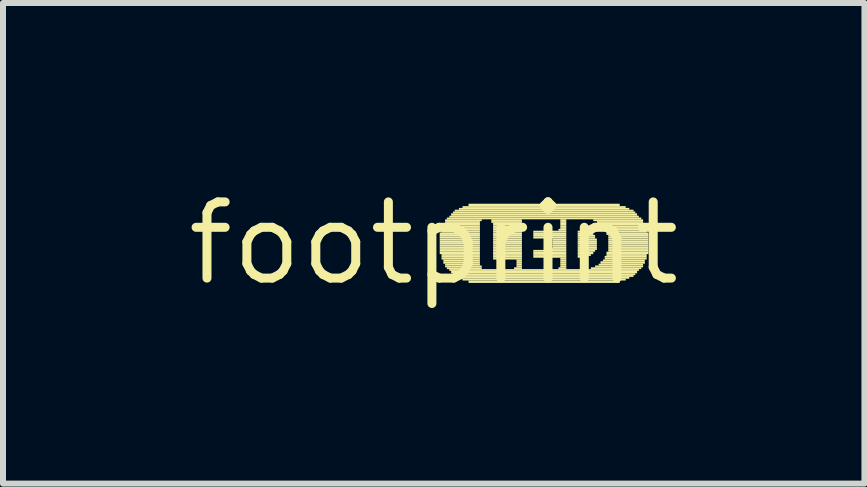
<source format=kicad_pcb>
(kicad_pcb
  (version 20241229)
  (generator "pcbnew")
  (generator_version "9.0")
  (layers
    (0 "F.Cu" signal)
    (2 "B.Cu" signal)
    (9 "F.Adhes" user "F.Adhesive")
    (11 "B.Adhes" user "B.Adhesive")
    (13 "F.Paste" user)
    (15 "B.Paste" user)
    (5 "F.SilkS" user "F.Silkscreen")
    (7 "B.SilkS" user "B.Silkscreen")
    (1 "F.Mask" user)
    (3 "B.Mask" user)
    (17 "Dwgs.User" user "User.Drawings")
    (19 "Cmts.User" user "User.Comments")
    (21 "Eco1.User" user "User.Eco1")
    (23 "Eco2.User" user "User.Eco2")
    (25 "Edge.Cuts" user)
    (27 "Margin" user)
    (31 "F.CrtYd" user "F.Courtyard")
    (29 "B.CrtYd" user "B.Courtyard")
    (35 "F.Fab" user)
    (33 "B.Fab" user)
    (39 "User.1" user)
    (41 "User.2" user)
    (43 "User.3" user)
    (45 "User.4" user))
  (footprint "footprint"
    (layer "F.Cu")
    (at 4.18 1.006)
    (property "Reference" "footprint" (at 0 0 0) (layer "F.SilkS") (effects (font (size 1.27 1.27) (thickness 0.15))))
    (fp_poly (pts (xy 0.1 -0.14) (xy 0.77 -0.14) (xy 0.77 -0.18) (xy 0.1 -0.18)) (stroke (width 0) (type solid)) (fill yes) (layer "F.SilkS"))
    (fp_poly (pts (xy 0.1 -0.11) (xy 0.77 -0.11) (xy 0.77 -0.14) (xy 0.1 -0.14)) (stroke (width 0) (type solid)) (fill yes) (layer "F.SilkS"))
    (fp_poly (pts (xy 0.1 -0.08) (xy 0.77 -0.08) (xy 0.77 -0.11) (xy 0.1 -0.11)) (stroke (width 0) (type solid)) (fill yes) (layer "F.SilkS"))
    (fp_poly (pts (xy 0.1 -0.05) (xy 0.77 -0.05) (xy 0.77 -0.08) (xy 0.1 -0.08)) (stroke (width 0) (type solid)) (fill yes) (layer "F.SilkS"))
    (fp_poly (pts (xy 0.1 -0.02) (xy 0.77 -0.02) (xy 0.77 -0.05) (xy 0.1 -0.05)) (stroke (width 0) (type solid)) (fill yes) (layer "F.SilkS"))
    (fp_poly (pts (xy 0.1 0.02) (xy 0.77 0.02) (xy 0.77 -0.02) (xy 0.1 -0.02)) (stroke (width 0) (type solid)) (fill yes) (layer "F.SilkS"))
    (fp_poly (pts (xy 0.1 0.05) (xy 0.77 0.05) (xy 0.77 0.02) (xy 0.1 0.02)) (stroke (width 0) (type solid)) (fill yes) (layer "F.SilkS"))
    (fp_poly (pts (xy 0.1 0.08) (xy 0.77 0.08) (xy 0.77 0.05) (xy 0.1 0.05)) (stroke (width 0) (type solid)) (fill yes) (layer "F.SilkS"))
    (fp_poly (pts (xy 0.1 0.11) (xy 0.77 0.11) (xy 0.77 0.08) (xy 0.1 0.08)) (stroke (width 0) (type solid)) (fill yes) (layer "F.SilkS"))
    (fp_poly (pts (xy 0.1 0.14) (xy 0.77 0.14) (xy 0.77 0.11) (xy 0.1 0.11)) (stroke (width 0) (type solid)) (fill yes) (layer "F.SilkS"))
    (fp_poly (pts (xy 0.1 0.18) (xy 0.77 0.18) (xy 0.77 0.14) (xy 0.1 0.14)) (stroke (width 0) (type solid)) (fill yes) (layer "F.SilkS"))
    (fp_poly (pts (xy 0.13 -0.24) (xy 0.77 -0.24) (xy 0.77 -0.27) (xy 0.13 -0.27)) (stroke (width 0) (type solid)) (fill yes) (layer "F.SilkS"))
    (fp_poly (pts (xy 0.13 -0.21) (xy 0.77 -0.21) (xy 0.77 -0.24) (xy 0.13 -0.24)) (stroke (width 0) (type solid)) (fill yes) (layer "F.SilkS"))
    (fp_poly (pts (xy 0.13 -0.18) (xy 0.77 -0.18) (xy 0.77 -0.21) (xy 0.13 -0.21)) (stroke (width 0) (type solid)) (fill yes) (layer "F.SilkS"))
    (fp_poly (pts (xy 0.13 0.21) (xy 0.77 0.21) (xy 0.77 0.18) (xy 0.13 0.18)) (stroke (width 0) (type solid)) (fill yes) (layer "F.SilkS"))
    (fp_poly (pts (xy 0.13 0.24) (xy 0.77 0.24) (xy 0.77 0.21) (xy 0.13 0.21)) (stroke (width 0) (type solid)) (fill yes) (layer "F.SilkS"))
    (fp_poly (pts (xy 0.13 0.27) (xy 0.77 0.27) (xy 0.77 0.24) (xy 0.13 0.24)) (stroke (width 0) (type solid)) (fill yes) (layer "F.SilkS"))
    (fp_poly (pts (xy 0.16 -0.3) (xy 0.77 -0.3) (xy 0.77 -0.34) (xy 0.16 -0.34)) (stroke (width 0) (type solid)) (fill yes) (layer "F.SilkS"))
    (fp_poly (pts (xy 0.16 -0.27) (xy 0.77 -0.27) (xy 0.77 -0.3) (xy 0.16 -0.3)) (stroke (width 0) (type solid)) (fill yes) (layer "F.SilkS"))
    (fp_poly (pts (xy 0.16 0.3) (xy 0.77 0.3) (xy 0.77 0.27) (xy 0.16 0.27)) (stroke (width 0) (type solid)) (fill yes) (layer "F.SilkS"))
    (fp_poly (pts (xy 0.16 0.34) (xy 0.77 0.34) (xy 0.77 0.3) (xy 0.16 0.3)) (stroke (width 0) (type solid)) (fill yes) (layer "F.SilkS"))
    (fp_poly (pts (xy 0.19 -0.37) (xy 0.8 -0.37) (xy 0.8 -0.4) (xy 0.19 -0.4)) (stroke (width 0) (type solid)) (fill yes) (layer "F.SilkS"))
    (fp_poly (pts (xy 0.19 -0.34) (xy 0.77 -0.34) (xy 0.77 -0.37) (xy 0.19 -0.37)) (stroke (width 0) (type solid)) (fill yes) (layer "F.SilkS"))
    (fp_poly (pts (xy 0.19 0.37) (xy 0.77 0.37) (xy 0.77 0.34) (xy 0.19 0.34)) (stroke (width 0) (type solid)) (fill yes) (layer "F.SilkS"))
    (fp_poly (pts (xy 0.19 0.4) (xy 0.8 0.4) (xy 0.8 0.37) (xy 0.19 0.37)) (stroke (width 0) (type solid)) (fill yes) (layer "F.SilkS"))
    (fp_poly (pts (xy 0.22 -0.4) (xy 3.46 -0.4) (xy 3.46 -0.43) (xy 0.22 -0.43)) (stroke (width 0) (type solid)) (fill yes) (layer "F.SilkS"))
    (fp_poly (pts (xy 0.22 0.43) (xy 0.8 0.43) (xy 0.8 0.4) (xy 0.22 0.4)) (stroke (width 0) (type solid)) (fill yes) (layer "F.SilkS"))
    (fp_poly (pts (xy 0.26 -0.43) (xy 3.42 -0.43) (xy 3.42 -0.46) (xy 0.26 -0.46)) (stroke (width 0) (type solid)) (fill yes) (layer "F.SilkS"))
    (fp_poly (pts (xy 0.26 0.46) (xy 3.42 0.46) (xy 3.42 0.43) (xy 0.26 0.43)) (stroke (width 0) (type solid)) (fill yes) (layer "F.SilkS"))
    (fp_poly (pts (xy 0.29 -0.46) (xy 3.39 -0.46) (xy 3.39 -0.5) (xy 0.29 -0.5)) (stroke (width 0) (type solid)) (fill yes) (layer "F.SilkS"))
    (fp_poly (pts (xy 0.29 0.5) (xy 3.39 0.5) (xy 3.39 0.46) (xy 0.29 0.46)) (stroke (width 0) (type solid)) (fill yes) (layer "F.SilkS"))
    (fp_poly (pts (xy 0.32 -0.5) (xy 3.36 -0.5) (xy 3.36 -0.53) (xy 0.32 -0.53)) (stroke (width 0) (type solid)) (fill yes) (layer "F.SilkS"))
    (fp_poly (pts (xy 0.32 0.53) (xy 3.36 0.53) (xy 3.36 0.5) (xy 0.32 0.5)) (stroke (width 0) (type solid)) (fill yes) (layer "F.SilkS"))
    (fp_poly (pts (xy 0.35 -0.53) (xy 3.33 -0.53) (xy 3.33 -0.56) (xy 0.35 -0.56)) (stroke (width 0) (type solid)) (fill yes) (layer "F.SilkS"))
    (fp_poly (pts (xy 0.35 0.56) (xy 3.33 0.56) (xy 3.33 0.53) (xy 0.35 0.53)) (stroke (width 0) (type solid)) (fill yes) (layer "F.SilkS"))
    (fp_poly (pts (xy 0.42 -0.56) (xy 3.26 -0.56) (xy 3.26 -0.59) (xy 0.42 -0.59)) (stroke (width 0) (type solid)) (fill yes) (layer "F.SilkS"))
    (fp_poly (pts (xy 0.42 0.59) (xy 3.26 0.59) (xy 3.26 0.56) (xy 0.42 0.56)) (stroke (width 0) (type solid)) (fill yes) (layer "F.SilkS"))
    (fp_poly (pts (xy 0.48 -0.59) (xy 3.2 -0.59) (xy 3.2 -0.62) (xy 0.48 -0.62)) (stroke (width 0) (type solid)) (fill yes) (layer "F.SilkS"))
    (fp_poly (pts (xy 0.48 0.62) (xy 3.2 0.62) (xy 3.2 0.59) (xy 0.48 0.59)) (stroke (width 0) (type solid)) (fill yes) (layer "F.SilkS"))
    (fp_poly (pts (xy 0.58 -0.62) (xy 3.1 -0.62) (xy 3.1 -0.66) (xy 0.58 -0.66)) (stroke (width 0) (type solid)) (fill yes) (layer "F.SilkS"))
    (fp_poly (pts (xy 0.58 0.66) (xy 3.1 0.66) (xy 3.1 0.62) (xy 0.58 0.62)) (stroke (width 0) (type solid)) (fill yes) (layer "F.SilkS"))
    (fp_poly (pts (xy 0.96 -0.37) (xy 1.47 -0.37) (xy 1.47 -0.4) (xy 0.96 -0.4)) (stroke (width 0) (type solid)) (fill yes) (layer "F.SilkS"))
    (fp_poly (pts (xy 0.96 -0.34) (xy 1.47 -0.34) (xy 1.47 -0.37) (xy 0.96 -0.37)) (stroke (width 0) (type solid)) (fill yes) (layer "F.SilkS"))
    (fp_poly (pts (xy 0.99 -0.3) (xy 1.47 -0.3) (xy 1.47 -0.34) (xy 0.99 -0.34)) (stroke (width 0) (type solid)) (fill yes) (layer "F.SilkS"))
    (fp_poly (pts (xy 0.99 -0.27) (xy 1.47 -0.27) (xy 1.47 -0.3) (xy 0.99 -0.3)) (stroke (width 0) (type solid)) (fill yes) (layer "F.SilkS"))
    (fp_poly (pts (xy 0.99 -0.24) (xy 1.47 -0.24) (xy 1.47 -0.27) (xy 0.99 -0.27)) (stroke (width 0) (type solid)) (fill yes) (layer "F.SilkS"))
    (fp_poly (pts (xy 0.99 -0.21) (xy 1.47 -0.21) (xy 1.47 -0.24) (xy 0.99 -0.24)) (stroke (width 0) (type solid)) (fill yes) (layer "F.SilkS"))
    (fp_poly (pts (xy 0.99 -0.18) (xy 1.47 -0.18) (xy 1.47 -0.21) (xy 0.99 -0.21)) (stroke (width 0) (type solid)) (fill yes) (layer "F.SilkS"))
    (fp_poly (pts (xy 0.99 -0.14) (xy 1.47 -0.14) (xy 1.47 -0.18) (xy 0.99 -0.18)) (stroke (width 0) (type solid)) (fill yes) (layer "F.SilkS"))
    (fp_poly (pts (xy 0.99 -0.11) (xy 1.47 -0.11) (xy 1.47 -0.14) (xy 0.99 -0.14)) (stroke (width 0) (type solid)) (fill yes) (layer "F.SilkS"))
    (fp_poly (pts (xy 0.99 -0.08) (xy 1.47 -0.08) (xy 1.47 -0.11) (xy 0.99 -0.11)) (stroke (width 0) (type solid)) (fill yes) (layer "F.SilkS"))
    (fp_poly (pts (xy 0.99 -0.05) (xy 1.47 -0.05) (xy 1.47 -0.08) (xy 0.99 -0.08)) (stroke (width 0) (type solid)) (fill yes) (layer "F.SilkS"))
    (fp_poly (pts (xy 0.99 -0.02) (xy 1.47 -0.02) (xy 1.47 -0.05) (xy 0.99 -0.05)) (stroke (width 0) (type solid)) (fill yes) (layer "F.SilkS"))
    (fp_poly (pts (xy 0.99 0.02) (xy 1.47 0.02) (xy 1.47 -0.02) (xy 0.99 -0.02)) (stroke (width 0) (type solid)) (fill yes) (layer "F.SilkS"))
    (fp_poly (pts (xy 0.99 0.05) (xy 1.47 0.05) (xy 1.47 0.02) (xy 0.99 0.02)) (stroke (width 0) (type solid)) (fill yes) (layer "F.SilkS"))
    (fp_poly (pts (xy 0.99 0.08) (xy 1.47 0.08) (xy 1.47 0.05) (xy 0.99 0.05)) (stroke (width 0) (type solid)) (fill yes) (layer "F.SilkS"))
    (fp_poly (pts (xy 0.99 0.11) (xy 1.47 0.11) (xy 1.47 0.08) (xy 0.99 0.08)) (stroke (width 0) (type solid)) (fill yes) (layer "F.SilkS"))
    (fp_poly (pts (xy 0.99 0.14) (xy 1.47 0.14) (xy 1.47 0.11) (xy 0.99 0.11)) (stroke (width 0) (type solid)) (fill yes) (layer "F.SilkS"))
    (fp_poly (pts (xy 0.99 0.18) (xy 1.47 0.18) (xy 1.47 0.14) (xy 0.99 0.14)) (stroke (width 0) (type solid)) (fill yes) (layer "F.SilkS"))
    (fp_poly (pts (xy 0.99 0.21) (xy 1.47 0.21) (xy 1.47 0.18) (xy 0.99 0.18)) (stroke (width 0) (type solid)) (fill yes) (layer "F.SilkS"))
    (fp_poly (pts (xy 0.99 0.24) (xy 1.47 0.24) (xy 1.47 0.21) (xy 0.99 0.21)) (stroke (width 0) (type solid)) (fill yes) (layer "F.SilkS"))
    (fp_poly (pts (xy 0.99 0.27) (xy 1.47 0.27) (xy 1.47 0.24) (xy 0.99 0.24)) (stroke (width 0) (type solid)) (fill yes) (layer "F.SilkS"))
    (fp_poly (pts (xy 1.34 0.43) (xy 1.47 0.43) (xy 1.47 0.4) (xy 1.34 0.4)) (stroke (width 0) (type solid)) (fill yes) (layer "F.SilkS"))
    (fp_poly (pts (xy 1.38 0.3) (xy 1.47 0.3) (xy 1.47 0.27) (xy 1.38 0.27)) (stroke (width 0) (type solid)) (fill yes) (layer "F.SilkS"))
    (fp_poly (pts (xy 1.38 0.34) (xy 1.47 0.34) (xy 1.47 0.3) (xy 1.38 0.3)) (stroke (width 0) (type solid)) (fill yes) (layer "F.SilkS"))
    (fp_poly (pts (xy 1.38 0.37) (xy 1.47 0.37) (xy 1.47 0.34) (xy 1.38 0.34)) (stroke (width 0) (type solid)) (fill yes) (layer "F.SilkS"))
    (fp_poly (pts (xy 1.38 0.4) (xy 1.47 0.4) (xy 1.47 0.37) (xy 1.38 0.37)) (stroke (width 0) (type solid)) (fill yes) (layer "F.SilkS"))
    (fp_poly (pts (xy 1.66 -0.18) (xy 2.21 -0.18) (xy 2.21 -0.21) (xy 1.66 -0.21)) (stroke (width 0) (type solid)) (fill yes) (layer "F.SilkS"))
    (fp_poly (pts (xy 1.66 -0.14) (xy 2.21 -0.14) (xy 2.21 -0.18) (xy 1.66 -0.18)) (stroke (width 0) (type solid)) (fill yes) (layer "F.SilkS"))
    (fp_poly (pts (xy 1.66 -0.11) (xy 2.21 -0.11) (xy 2.21 -0.14) (xy 1.66 -0.14)) (stroke (width 0) (type solid)) (fill yes) (layer "F.SilkS"))
    (fp_poly (pts (xy 1.66 -0.08) (xy 2.21 -0.08) (xy 2.21 -0.11) (xy 1.66 -0.11)) (stroke (width 0) (type solid)) (fill yes) (layer "F.SilkS"))
    (fp_poly (pts (xy 1.66 0.14) (xy 2.21 0.14) (xy 2.21 0.11) (xy 1.66 0.11)) (stroke (width 0) (type solid)) (fill yes) (layer "F.SilkS"))
    (fp_poly (pts (xy 1.66 0.18) (xy 2.21 0.18) (xy 2.21 0.14) (xy 1.66 0.14)) (stroke (width 0) (type solid)) (fill yes) (layer "F.SilkS"))
    (fp_poly (pts (xy 1.66 0.21) (xy 2.21 0.21) (xy 2.21 0.18) (xy 1.66 0.18)) (stroke (width 0) (type solid)) (fill yes) (layer "F.SilkS"))
    (fp_poly (pts (xy 1.66 0.24) (xy 2.21 0.24) (xy 2.21 0.21) (xy 1.66 0.21)) (stroke (width 0) (type solid)) (fill yes) (layer "F.SilkS"))
    (fp_poly (pts (xy 1.95 0.11) (xy 2.21 0.11) (xy 2.21 0.08) (xy 1.95 0.08)) (stroke (width 0) (type solid)) (fill yes) (layer "F.SilkS"))
    (fp_poly (pts (xy 1.98 -0.05) (xy 2.21 -0.05) (xy 2.21 -0.08) (xy 1.98 -0.08)) (stroke (width 0) (type solid)) (fill yes) (layer "F.SilkS"))
    (fp_poly (pts (xy 1.98 -0.02) (xy 2.21 -0.02) (xy 2.21 -0.05) (xy 1.98 -0.05)) (stroke (width 0) (type solid)) (fill yes) (layer "F.SilkS"))
    (fp_poly (pts (xy 1.98 0.02) (xy 2.21 0.02) (xy 2.21 -0.02) (xy 1.98 -0.02)) (stroke (width 0) (type solid)) (fill yes) (layer "F.SilkS"))
    (fp_poly (pts (xy 1.98 0.05) (xy 2.21 0.05) (xy 2.21 0.02) (xy 1.98 0.02)) (stroke (width 0) (type solid)) (fill yes) (layer "F.SilkS"))
    (fp_poly (pts (xy 1.98 0.08) (xy 2.21 0.08) (xy 2.21 0.05) (xy 1.98 0.05)) (stroke (width 0) (type solid)) (fill yes) (layer "F.SilkS"))
    (fp_poly (pts (xy 2.08 -0.21) (xy 2.21 -0.21) (xy 2.21 -0.24) (xy 2.08 -0.24)) (stroke (width 0) (type solid)) (fill yes) (layer "F.SilkS"))
    (fp_poly (pts (xy 2.08 0.43) (xy 2.21 0.43) (xy 2.21 0.4) (xy 2.08 0.4)) (stroke (width 0) (type solid)) (fill yes) (layer "F.SilkS"))
    (fp_poly (pts (xy 2.11 -0.37) (xy 2.21 -0.37) (xy 2.21 -0.4) (xy 2.11 -0.4)) (stroke (width 0) (type solid)) (fill yes) (layer "F.SilkS"))
    (fp_poly (pts (xy 2.11 -0.34) (xy 2.21 -0.34) (xy 2.21 -0.37) (xy 2.11 -0.37)) (stroke (width 0) (type solid)) (fill yes) (layer "F.SilkS"))
    (fp_poly (pts (xy 2.11 -0.3) (xy 2.21 -0.3) (xy 2.21 -0.34) (xy 2.11 -0.34)) (stroke (width 0) (type solid)) (fill yes) (layer "F.SilkS"))
    (fp_poly (pts (xy 2.11 -0.27) (xy 2.21 -0.27) (xy 2.21 -0.3) (xy 2.11 -0.3)) (stroke (width 0) (type solid)) (fill yes) (layer "F.SilkS"))
    (fp_poly (pts (xy 2.11 -0.24) (xy 2.21 -0.24) (xy 2.21 -0.27) (xy 2.11 -0.27)) (stroke (width 0) (type solid)) (fill yes) (layer "F.SilkS"))
    (fp_poly (pts (xy 2.11 0.27) (xy 2.21 0.27) (xy 2.21 0.24) (xy 2.11 0.24)) (stroke (width 0) (type solid)) (fill yes) (layer "F.SilkS"))
    (fp_poly (pts (xy 2.11 0.3) (xy 2.21 0.3) (xy 2.21 0.27) (xy 2.11 0.27)) (stroke (width 0) (type solid)) (fill yes) (layer "F.SilkS"))
    (fp_poly (pts (xy 2.11 0.34) (xy 2.21 0.34) (xy 2.21 0.3) (xy 2.11 0.3)) (stroke (width 0) (type solid)) (fill yes) (layer "F.SilkS"))
    (fp_poly (pts (xy 2.11 0.37) (xy 2.21 0.37) (xy 2.21 0.34) (xy 2.11 0.34)) (stroke (width 0) (type solid)) (fill yes) (layer "F.SilkS"))
    (fp_poly (pts (xy 2.11 0.4) (xy 2.21 0.4) (xy 2.21 0.37) (xy 2.11 0.37)) (stroke (width 0) (type solid)) (fill yes) (layer "F.SilkS"))
    (fp_poly (pts (xy 2.4 -0.18) (xy 2.59 -0.18) (xy 2.59 -0.21) (xy 2.4 -0.21)) (stroke (width 0) (type solid)) (fill yes) (layer "F.SilkS"))
    (fp_poly (pts (xy 2.4 -0.14) (xy 2.66 -0.14) (xy 2.66 -0.18) (xy 2.4 -0.18)) (stroke (width 0) (type solid)) (fill yes) (layer "F.SilkS"))
    (fp_poly (pts (xy 2.4 -0.11) (xy 2.69 -0.11) (xy 2.69 -0.14) (xy 2.4 -0.14)) (stroke (width 0) (type solid)) (fill yes) (layer "F.SilkS"))
    (fp_poly (pts (xy 2.4 -0.08) (xy 2.69 -0.08) (xy 2.69 -0.11) (xy 2.4 -0.11)) (stroke (width 0) (type solid)) (fill yes) (layer "F.SilkS"))
    (fp_poly (pts (xy 2.4 -0.05) (xy 2.72 -0.05) (xy 2.72 -0.08) (xy 2.4 -0.08)) (stroke (width 0) (type solid)) (fill yes) (layer "F.SilkS"))
    (fp_poly (pts (xy 2.4 -0.02) (xy 2.72 -0.02) (xy 2.72 -0.05) (xy 2.4 -0.05)) (stroke (width 0) (type solid)) (fill yes) (layer "F.SilkS"))
    (fp_poly (pts (xy 2.4 0.02) (xy 2.72 0.02) (xy 2.72 -0.02) (xy 2.4 -0.02)) (stroke (width 0) (type solid)) (fill yes) (layer "F.SilkS"))
    (fp_poly (pts (xy 2.4 0.05) (xy 2.72 0.05) (xy 2.72 0.02) (xy 2.4 0.02)) (stroke (width 0) (type solid)) (fill yes) (layer "F.SilkS"))
    (fp_poly (pts (xy 2.4 0.08) (xy 2.72 0.08) (xy 2.72 0.05) (xy 2.4 0.05)) (stroke (width 0) (type solid)) (fill yes) (layer "F.SilkS"))
    (fp_poly (pts (xy 2.4 0.11) (xy 2.72 0.11) (xy 2.72 0.08) (xy 2.4 0.08)) (stroke (width 0) (type solid)) (fill yes) (layer "F.SilkS"))
    (fp_poly (pts (xy 2.4 0.14) (xy 2.69 0.14) (xy 2.69 0.11) (xy 2.4 0.11)) (stroke (width 0) (type solid)) (fill yes) (layer "F.SilkS"))
    (fp_poly (pts (xy 2.4 0.18) (xy 2.66 0.18) (xy 2.66 0.14) (xy 2.4 0.14)) (stroke (width 0) (type solid)) (fill yes) (layer "F.SilkS"))
    (fp_poly (pts (xy 2.4 0.21) (xy 2.62 0.21) (xy 2.62 0.18) (xy 2.4 0.18)) (stroke (width 0) (type solid)) (fill yes) (layer "F.SilkS"))
    (fp_poly (pts (xy 2.4 0.24) (xy 2.56 0.24) (xy 2.56 0.21) (xy 2.4 0.21)) (stroke (width 0) (type solid)) (fill yes) (layer "F.SilkS"))
    (fp_poly (pts (xy 2.62 0.43) (xy 3.46 0.43) (xy 3.46 0.4) (xy 2.62 0.4)) (stroke (width 0) (type solid)) (fill yes) (layer "F.SilkS"))
    (fp_poly (pts (xy 2.66 -0.37) (xy 3.49 -0.37) (xy 3.49 -0.4) (xy 2.66 -0.4)) (stroke (width 0) (type solid)) (fill yes) (layer "F.SilkS"))
    (fp_poly (pts (xy 2.69 0.4) (xy 3.49 0.4) (xy 3.49 0.37) (xy 2.69 0.37)) (stroke (width 0) (type solid)) (fill yes) (layer "F.SilkS"))
    (fp_poly (pts (xy 2.72 -0.34) (xy 3.49 -0.34) (xy 3.49 -0.37) (xy 2.72 -0.37)) (stroke (width 0) (type solid)) (fill yes) (layer "F.SilkS"))
    (fp_poly (pts (xy 2.75 -0.3) (xy 3.52 -0.3) (xy 3.52 -0.34) (xy 2.75 -0.34)) (stroke (width 0) (type solid)) (fill yes) (layer "F.SilkS"))
    (fp_poly (pts (xy 2.75 0.37) (xy 3.49 0.37) (xy 3.49 0.34) (xy 2.75 0.34)) (stroke (width 0) (type solid)) (fill yes) (layer "F.SilkS"))
    (fp_poly (pts (xy 2.78 0.34) (xy 3.52 0.34) (xy 3.52 0.3) (xy 2.78 0.3)) (stroke (width 0) (type solid)) (fill yes) (layer "F.SilkS"))
    (fp_poly (pts (xy 2.82 -0.27) (xy 3.52 -0.27) (xy 3.52 -0.3) (xy 2.82 -0.3)) (stroke (width 0) (type solid)) (fill yes) (layer "F.SilkS"))
    (fp_poly (pts (xy 2.82 -0.24) (xy 3.55 -0.24) (xy 3.55 -0.27) (xy 2.82 -0.27)) (stroke (width 0) (type solid)) (fill yes) (layer "F.SilkS"))
    (fp_poly (pts (xy 2.82 0.3) (xy 3.52 0.3) (xy 3.52 0.27) (xy 2.82 0.27)) (stroke (width 0) (type solid)) (fill yes) (layer "F.SilkS"))
    (fp_poly (pts (xy 2.85 -0.21) (xy 3.55 -0.21) (xy 3.55 -0.24) (xy 2.85 -0.24)) (stroke (width 0) (type solid)) (fill yes) (layer "F.SilkS"))
    (fp_poly (pts (xy 2.85 0.24) (xy 3.55 0.24) (xy 3.55 0.21) (xy 2.85 0.21)) (stroke (width 0) (type solid)) (fill yes) (layer "F.SilkS"))
    (fp_poly (pts (xy 2.85 0.27) (xy 3.55 0.27) (xy 3.55 0.24) (xy 2.85 0.24)) (stroke (width 0) (type solid)) (fill yes) (layer "F.SilkS"))
    (fp_poly (pts (xy 2.88 -0.18) (xy 3.55 -0.18) (xy 3.55 -0.21) (xy 2.88 -0.21)) (stroke (width 0) (type solid)) (fill yes) (layer "F.SilkS"))
    (fp_poly (pts (xy 2.88 -0.14) (xy 3.58 -0.14) (xy 3.58 -0.18) (xy 2.88 -0.18)) (stroke (width 0) (type solid)) (fill yes) (layer "F.SilkS"))
    (fp_poly (pts (xy 2.88 0.18) (xy 3.58 0.18) (xy 3.58 0.14) (xy 2.88 0.14)) (stroke (width 0) (type solid)) (fill yes) (layer "F.SilkS"))
    (fp_poly (pts (xy 2.88 0.21) (xy 3.55 0.21) (xy 3.55 0.18) (xy 2.88 0.18)) (stroke (width 0) (type solid)) (fill yes) (layer "F.SilkS"))
    (fp_poly (pts (xy 2.91 -0.11) (xy 3.58 -0.11) (xy 3.58 -0.14) (xy 2.91 -0.14)) (stroke (width 0) (type solid)) (fill yes) (layer "F.SilkS"))
    (fp_poly (pts (xy 2.91 -0.08) (xy 3.58 -0.08) (xy 3.58 -0.11) (xy 2.91 -0.11)) (stroke (width 0) (type solid)) (fill yes) (layer "F.SilkS"))
    (fp_poly (pts (xy 2.91 -0.05) (xy 3.58 -0.05) (xy 3.58 -0.08) (xy 2.91 -0.08)) (stroke (width 0) (type solid)) (fill yes) (layer "F.SilkS"))
    (fp_poly (pts (xy 2.91 -0.02) (xy 3.58 -0.02) (xy 3.58 -0.05) (xy 2.91 -0.05)) (stroke (width 0) (type solid)) (fill yes) (layer "F.SilkS"))
    (fp_poly (pts (xy 2.91 0.02) (xy 3.58 0.02) (xy 3.58 -0.02) (xy 2.91 -0.02)) (stroke (width 0) (type solid)) (fill yes) (layer "F.SilkS"))
    (fp_poly (pts (xy 2.91 0.05) (xy 3.58 0.05) (xy 3.58 0.02) (xy 2.91 0.02)) (stroke (width 0) (type solid)) (fill yes) (layer "F.SilkS"))
    (fp_poly (pts (xy 2.91 0.08) (xy 3.58 0.08) (xy 3.58 0.05) (xy 2.91 0.05)) (stroke (width 0) (type solid)) (fill yes) (layer "F.SilkS"))
    (fp_poly (pts (xy 2.91 0.11) (xy 3.58 0.11) (xy 3.58 0.08) (xy 2.91 0.08)) (stroke (width 0) (type solid)) (fill yes) (layer "F.SilkS"))
    (fp_poly (pts (xy 2.91 0.14) (xy 3.58 0.14) (xy 3.58 0.11) (xy 2.91 0.11)) (stroke (width 0) (type solid)) (fill yes) (layer "F.SilkS")))
  (gr_rect
    (start -3 -3)
    (end 11.36 5.012)
    (stroke (width 0.1) (type default))
    (fill no)
    (layer "Edge.Cuts")))
</source>
